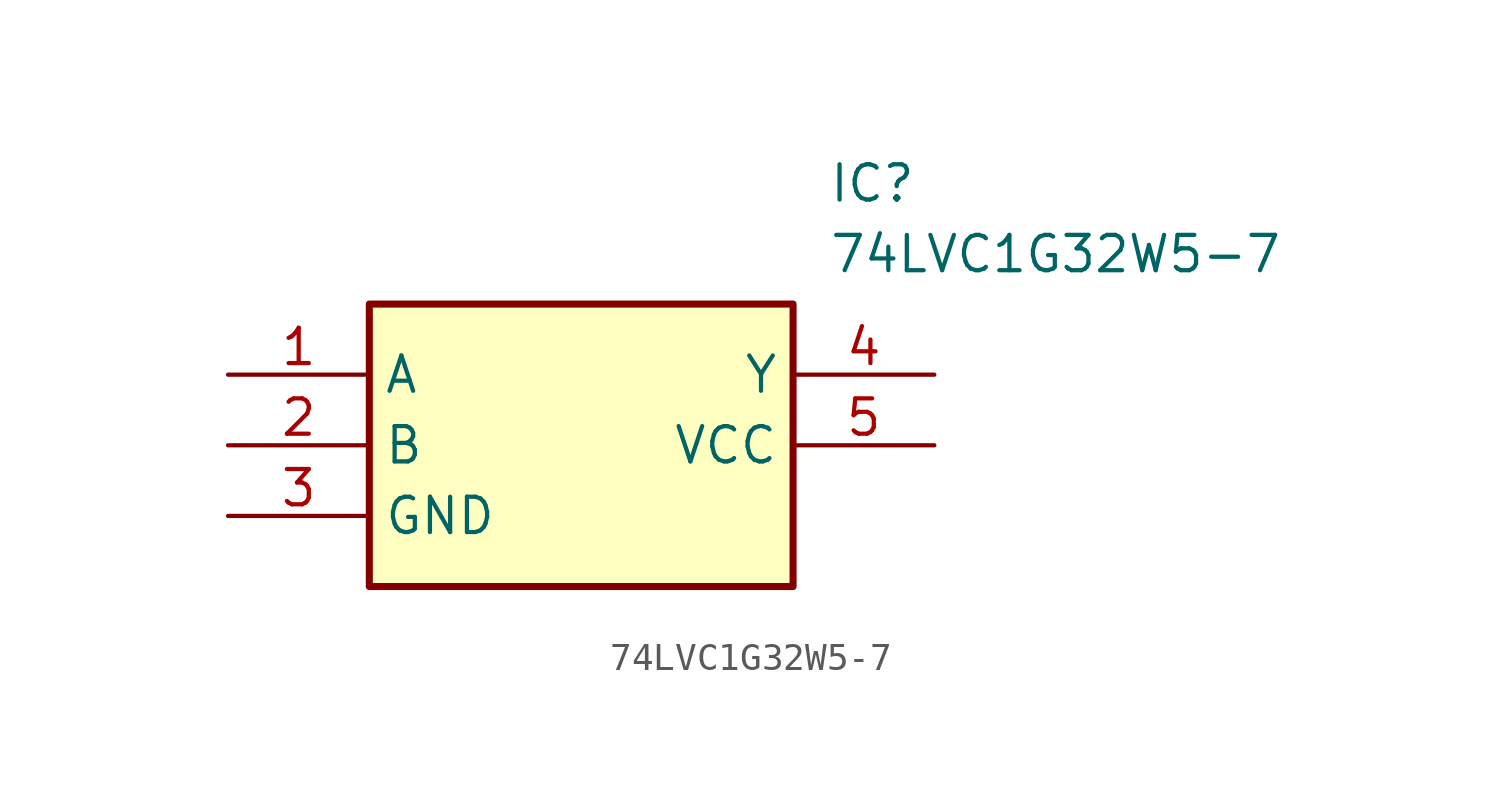
<source format=kicad_sym>
(kicad_symbol_lib
  (version 20211014)
  (generator SamacSys_ECAD_Model)
  (symbol "74LVC1G32W5-7"
    (property "Reference" "IC"
      (at 21.59 7.62 0)
      (effects (font (size 1.27 1.27)) (justify left top)))
    (property "Value" "74LVC1G32W5-7"
      (at 21.59 5.08 0)
      (effects (font (size 1.27 1.27)) (justify left top)))
    (rectangle
      (start 5.08 2.54)
      (end 20.32 -7.62)
      (stroke (width 0.254) (type default))
      (fill (type background)))
    (pin passive line
      (at 0 0 0)
      (length 5.08)
      (name "A" (effects (font (size 1.27 1.27))))
      (number "1" (effects (font (size 1.27 1.27)))))
    (pin passive line
      (at 0 -2.54 0)
      (length 5.08)
      (name "B" (effects (font (size 1.27 1.27))))
      (number "2" (effects (font (size 1.27 1.27)))))
    (pin passive line
      (at 0 -5.08 0)
      (length 5.08)
      (name "GND" (effects (font (size 1.27 1.27))))
      (number "3" (effects (font (size 1.27 1.27)))))
    (pin passive line
      (at 25.4 0 180)
      (length 5.08)
      (name "Y" (effects (font (size 1.27 1.27))))
      (number "4" (effects (font (size 1.27 1.27)))))
    (pin passive line
      (at 25.4 -2.54 180)
      (length 5.08)
      (name "VCC" (effects (font (size 1.27 1.27))))
      (number "5" (effects (font (size 1.27 1.27)))))))
</source>
